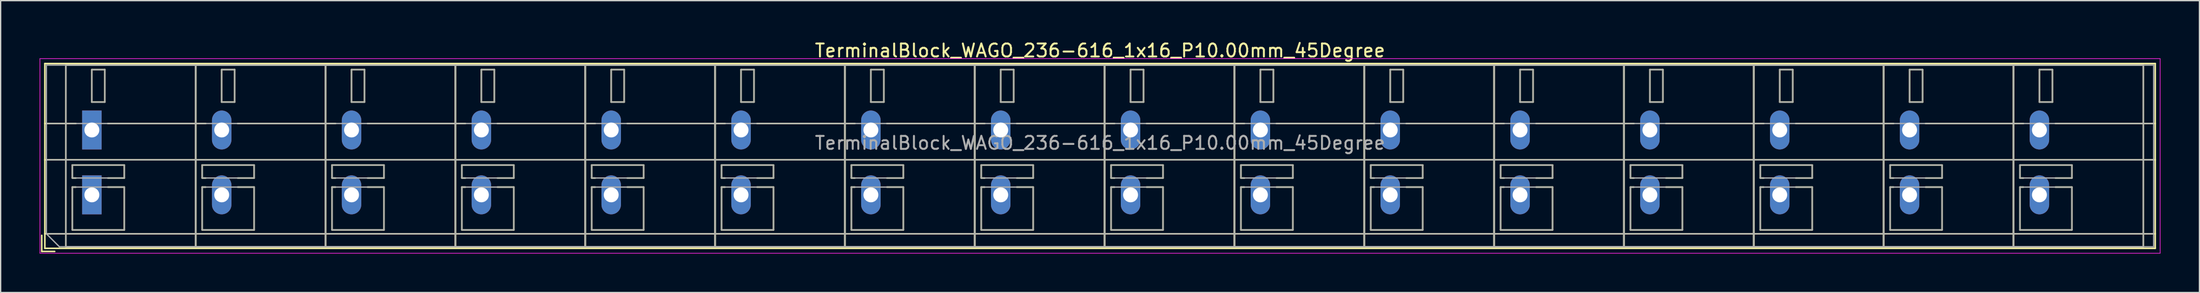
<source format=kicad_pcb>
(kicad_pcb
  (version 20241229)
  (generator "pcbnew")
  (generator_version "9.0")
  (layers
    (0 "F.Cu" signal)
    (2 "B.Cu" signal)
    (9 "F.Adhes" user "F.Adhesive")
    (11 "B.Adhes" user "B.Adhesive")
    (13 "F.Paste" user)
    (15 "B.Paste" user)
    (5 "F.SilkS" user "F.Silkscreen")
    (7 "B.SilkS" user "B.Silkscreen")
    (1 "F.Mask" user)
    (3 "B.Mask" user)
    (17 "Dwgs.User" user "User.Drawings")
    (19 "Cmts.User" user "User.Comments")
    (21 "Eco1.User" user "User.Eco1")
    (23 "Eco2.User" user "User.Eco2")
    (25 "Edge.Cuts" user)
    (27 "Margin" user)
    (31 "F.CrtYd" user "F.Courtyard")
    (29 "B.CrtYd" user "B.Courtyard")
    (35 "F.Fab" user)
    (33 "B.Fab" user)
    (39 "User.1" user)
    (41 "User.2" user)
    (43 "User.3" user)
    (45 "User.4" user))
  (footprint "TerminalBlock_WAGO_236-616_1x16_P10.00mm_45Degree"
    (layer "F.Cu")
    (at 4.025 6.968)
    (property "Reference" "TerminalBlock_WAGO_236-616_1x16_P10.00mm_45Degree" (at 77.65 -6.12 0) (layer "F.SilkS") (effects (font (size 1 1) (thickness 0.15))))
    (attr through_hole)
    (fp_line (start -3.86 8.12) (end -3.86 9.36) (stroke (width 0.12) (type solid)) (layer "F.SilkS"))
    (fp_line (start -3.86 9.36) (end -2.86 9.36) (stroke (width 0.12) (type solid)) (layer "F.SilkS"))
    (fp_line (start -3.62 -5.12) (end -3.62 9.12) (stroke (width 0.12) (type solid)) (layer "F.SilkS"))
    (fp_line (start -3.62 -5.12) (end 158.92 -5.12) (stroke (width 0.12) (type solid)) (layer "F.SilkS"))
    (fp_line (start -3.62 -0.5) (end -1.23 -0.5) (stroke (width 0.12) (type solid)) (layer "F.SilkS"))
    (fp_line (start -3.62 2.3) (end 158.92 2.3) (stroke (width 0.12) (type solid)) (layer "F.SilkS"))
    (fp_line (start -3.62 8) (end 158.92 8) (stroke (width 0.12) (type solid)) (layer "F.SilkS"))
    (fp_line (start -3.62 9.12) (end 158.92 9.12) (stroke (width 0.12) (type solid)) (layer "F.SilkS"))
    (fp_line (start -2 -5) (end -2 9) (stroke (width 0.12) (type solid)) (layer "F.SilkS"))
    (fp_line (start -2 -5) (end 8 -5) (stroke (width 0.12) (type solid)) (layer "F.SilkS"))
    (fp_line (start -2 9) (end 8 9) (stroke (width 0.12) (type solid)) (layer "F.SilkS"))
    (fp_line (start -1.5 2.7) (end -1.5 3.7) (stroke (width 0.12) (type solid)) (layer "F.SilkS"))
    (fp_line (start -1.5 2.7) (end 2.5 2.7) (stroke (width 0.12) (type solid)) (layer "F.SilkS"))
    (fp_line (start -1.5 3.7) (end -1.23 3.7) (stroke (width 0.12) (type solid)) (layer "F.SilkS"))
    (fp_line (start -1.5 4.4) (end -1.5 7.7) (stroke (width 0.12) (type solid)) (layer "F.SilkS"))
    (fp_line (start -1.5 4.4) (end -1.23 4.4) (stroke (width 0.12) (type solid)) (layer "F.SilkS"))
    (fp_line (start -1.5 7.7) (end 2.5 7.7) (stroke (width 0.12) (type solid)) (layer "F.SilkS"))
    (fp_line (start 0 -4.65) (end 0 -2.151) (stroke (width 0.12) (type solid)) (layer "F.SilkS"))
    (fp_line (start 0 -4.65) (end 1 -4.65) (stroke (width 0.12) (type solid)) (layer "F.SilkS"))
    (fp_line (start 0 -2.151) (end 1 -2.151) (stroke (width 0.12) (type solid)) (layer "F.SilkS"))
    (fp_line (start 1 -4.65) (end 1 -2.151) (stroke (width 0.12) (type solid)) (layer "F.SilkS"))
    (fp_line (start 1.23 -0.5) (end 8.77 -0.5) (stroke (width 0.12) (type solid)) (layer "F.SilkS"))
    (fp_line (start 1.23 3.7) (end 2.5 3.7) (stroke (width 0.12) (type solid)) (layer "F.SilkS"))
    (fp_line (start 1.23 4.4) (end 2.5 4.4) (stroke (width 0.12) (type solid)) (layer "F.SilkS"))
    (fp_line (start 2.5 2.7) (end 2.5 3.7) (stroke (width 0.12) (type solid)) (layer "F.SilkS"))
    (fp_line (start 2.5 4.4) (end 2.5 7.7) (stroke (width 0.12) (type solid)) (layer "F.SilkS"))
    (fp_line (start 8 -5) (end 8 9) (stroke (width 0.12) (type solid)) (layer "F.SilkS"))
    (fp_line (start 8 -5) (end 8 9) (stroke (width 0.12) (type solid)) (layer "F.SilkS"))
    (fp_line (start 8 -5) (end 18 -5) (stroke (width 0.12) (type solid)) (layer "F.SilkS"))
    (fp_line (start 8 9) (end 18 9) (stroke (width 0.12) (type solid)) (layer "F.SilkS"))
    (fp_line (start 8.5 2.7) (end 8.5 3.7) (stroke (width 0.12) (type solid)) (layer "F.SilkS"))
    (fp_line (start 8.5 2.7) (end 12.5 2.7) (stroke (width 0.12) (type solid)) (layer "F.SilkS"))
    (fp_line (start 8.5 3.7) (end 8.77 3.7) (stroke (width 0.12) (type solid)) (layer "F.SilkS"))
    (fp_line (start 8.5 4.4) (end 8.5 7.7) (stroke (width 0.12) (type solid)) (layer "F.SilkS"))
    (fp_line (start 8.5 4.4) (end 8.77 4.4) (stroke (width 0.12) (type solid)) (layer "F.SilkS"))
    (fp_line (start 8.5 7.7) (end 12.5 7.7) (stroke (width 0.12) (type solid)) (layer "F.SilkS"))
    (fp_line (start 10 -4.65) (end 10 -2.151) (stroke (width 0.12) (type solid)) (layer "F.SilkS"))
    (fp_line (start 10 -4.65) (end 11 -4.65) (stroke (width 0.12) (type solid)) (layer "F.SilkS"))
    (fp_line (start 10 -2.151) (end 11 -2.151) (stroke (width 0.12) (type solid)) (layer "F.SilkS"))
    (fp_line (start 11 -4.65) (end 11 -2.151) (stroke (width 0.12) (type solid)) (layer "F.SilkS"))
    (fp_line (start 11.23 -0.5) (end 18.77 -0.5) (stroke (width 0.12) (type solid)) (layer "F.SilkS"))
    (fp_line (start 11.23 3.7) (end 12.5 3.7) (stroke (width 0.12) (type solid)) (layer "F.SilkS"))
    (fp_line (start 11.23 4.4) (end 12.5 4.4) (stroke (width 0.12) (type solid)) (layer "F.SilkS"))
    (fp_line (start 12.5 2.7) (end 12.5 3.7) (stroke (width 0.12) (type solid)) (layer "F.SilkS"))
    (fp_line (start 12.5 4.4) (end 12.5 7.7) (stroke (width 0.12) (type solid)) (layer "F.SilkS"))
    (fp_line (start 18 -5) (end 18 9) (stroke (width 0.12) (type solid)) (layer "F.SilkS"))
    (fp_line (start 18 -5) (end 18 9) (stroke (width 0.12) (type solid)) (layer "F.SilkS"))
    (fp_line (start 18 -5) (end 28 -5) (stroke (width 0.12) (type solid)) (layer "F.SilkS"))
    (fp_line (start 18 9) (end 28 9) (stroke (width 0.12) (type solid)) (layer "F.SilkS"))
    (fp_line (start 18.5 2.7) (end 18.5 3.7) (stroke (width 0.12) (type solid)) (layer "F.SilkS"))
    (fp_line (start 18.5 2.7) (end 22.5 2.7) (stroke (width 0.12) (type solid)) (layer "F.SilkS"))
    (fp_line (start 18.5 3.7) (end 18.77 3.7) (stroke (width 0.12) (type solid)) (layer "F.SilkS"))
    (fp_line (start 18.5 4.4) (end 18.5 7.7) (stroke (width 0.12) (type solid)) (layer "F.SilkS"))
    (fp_line (start 18.5 4.4) (end 18.77 4.4) (stroke (width 0.12) (type solid)) (layer "F.SilkS"))
    (fp_line (start 18.5 7.7) (end 22.5 7.7) (stroke (width 0.12) (type solid)) (layer "F.SilkS"))
    (fp_line (start 20 -4.65) (end 20 -2.151) (stroke (width 0.12) (type solid)) (layer "F.SilkS"))
    (fp_line (start 20 -4.65) (end 21 -4.65) (stroke (width 0.12) (type solid)) (layer "F.SilkS"))
    (fp_line (start 20 -2.151) (end 21 -2.151) (stroke (width 0.12) (type solid)) (layer "F.SilkS"))
    (fp_line (start 21 -4.65) (end 21 -2.151) (stroke (width 0.12) (type solid)) (layer "F.SilkS"))
    (fp_line (start 21.23 -0.5) (end 28.77 -0.5) (stroke (width 0.12) (type solid)) (layer "F.SilkS"))
    (fp_line (start 21.23 3.7) (end 22.5 3.7) (stroke (width 0.12) (type solid)) (layer "F.SilkS"))
    (fp_line (start 21.23 4.4) (end 22.5 4.4) (stroke (width 0.12) (type solid)) (layer "F.SilkS"))
    (fp_line (start 22.5 2.7) (end 22.5 3.7) (stroke (width 0.12) (type solid)) (layer "F.SilkS"))
    (fp_line (start 22.5 4.4) (end 22.5 7.7) (stroke (width 0.12) (type solid)) (layer "F.SilkS"))
    (fp_line (start 28 -5) (end 28 9) (stroke (width 0.12) (type solid)) (layer "F.SilkS"))
    (fp_line (start 28 -5) (end 28 9) (stroke (width 0.12) (type solid)) (layer "F.SilkS"))
    (fp_line (start 28 -5) (end 38 -5) (stroke (width 0.12) (type solid)) (layer "F.SilkS"))
    (fp_line (start 28 9) (end 38 9) (stroke (width 0.12) (type solid)) (layer "F.SilkS"))
    (fp_line (start 28.5 2.7) (end 28.5 3.7) (stroke (width 0.12) (type solid)) (layer "F.SilkS"))
    (fp_line (start 28.5 2.7) (end 32.5 2.7) (stroke (width 0.12) (type solid)) (layer "F.SilkS"))
    (fp_line (start 28.5 3.7) (end 28.77 3.7) (stroke (width 0.12) (type solid)) (layer "F.SilkS"))
    (fp_line (start 28.5 4.4) (end 28.5 7.7) (stroke (width 0.12) (type solid)) (layer "F.SilkS"))
    (fp_line (start 28.5 4.4) (end 28.77 4.4) (stroke (width 0.12) (type solid)) (layer "F.SilkS"))
    (fp_line (start 28.5 7.7) (end 32.5 7.7) (stroke (width 0.12) (type solid)) (layer "F.SilkS"))
    (fp_line (start 30 -4.65) (end 30 -2.151) (stroke (width 0.12) (type solid)) (layer "F.SilkS"))
    (fp_line (start 30 -4.65) (end 31 -4.65) (stroke (width 0.12) (type solid)) (layer "F.SilkS"))
    (fp_line (start 30 -2.151) (end 31 -2.151) (stroke (width 0.12) (type solid)) (layer "F.SilkS"))
    (fp_line (start 31 -4.65) (end 31 -2.151) (stroke (width 0.12) (type solid)) (layer "F.SilkS"))
    (fp_line (start 31.23 -0.5) (end 38.77 -0.5) (stroke (width 0.12) (type solid)) (layer "F.SilkS"))
    (fp_line (start 31.23 3.7) (end 32.5 3.7) (stroke (width 0.12) (type solid)) (layer "F.SilkS"))
    (fp_line (start 31.23 4.4) (end 32.5 4.4) (stroke (width 0.12) (type solid)) (layer "F.SilkS"))
    (fp_line (start 32.5 2.7) (end 32.5 3.7) (stroke (width 0.12) (type solid)) (layer "F.SilkS"))
    (fp_line (start 32.5 4.4) (end 32.5 7.7) (stroke (width 0.12) (type solid)) (layer "F.SilkS"))
    (fp_line (start 38 -5) (end 38 9) (stroke (width 0.12) (type solid)) (layer "F.SilkS"))
    (fp_line (start 38 -5) (end 38 9) (stroke (width 0.12) (type solid)) (layer "F.SilkS"))
    (fp_line (start 38 -5) (end 48 -5) (stroke (width 0.12) (type solid)) (layer "F.SilkS"))
    (fp_line (start 38 9) (end 48 9) (stroke (width 0.12) (type solid)) (layer "F.SilkS"))
    (fp_line (start 38.5 2.7) (end 38.5 3.7) (stroke (width 0.12) (type solid)) (layer "F.SilkS"))
    (fp_line (start 38.5 2.7) (end 42.5 2.7) (stroke (width 0.12) (type solid)) (layer "F.SilkS"))
    (fp_line (start 38.5 3.7) (end 38.77 3.7) (stroke (width 0.12) (type solid)) (layer "F.SilkS"))
    (fp_line (start 38.5 4.4) (end 38.5 7.7) (stroke (width 0.12) (type solid)) (layer "F.SilkS"))
    (fp_line (start 38.5 4.4) (end 38.77 4.4) (stroke (width 0.12) (type solid)) (layer "F.SilkS"))
    (fp_line (start 38.5 7.7) (end 42.5 7.7) (stroke (width 0.12) (type solid)) (layer "F.SilkS"))
    (fp_line (start 40 -4.65) (end 40 -2.151) (stroke (width 0.12) (type solid)) (layer "F.SilkS"))
    (fp_line (start 40 -4.65) (end 41 -4.65) (stroke (width 0.12) (type solid)) (layer "F.SilkS"))
    (fp_line (start 40 -2.151) (end 41 -2.151) (stroke (width 0.12) (type solid)) (layer "F.SilkS"))
    (fp_line (start 41 -4.65) (end 41 -2.151) (stroke (width 0.12) (type solid)) (layer "F.SilkS"))
    (fp_line (start 41.23 -0.5) (end 48.77 -0.5) (stroke (width 0.12) (type solid)) (layer "F.SilkS"))
    (fp_line (start 41.23 3.7) (end 42.5 3.7) (stroke (width 0.12) (type solid)) (layer "F.SilkS"))
    (fp_line (start 41.23 4.4) (end 42.5 4.4) (stroke (width 0.12) (type solid)) (layer "F.SilkS"))
    (fp_line (start 42.5 2.7) (end 42.5 3.7) (stroke (width 0.12) (type solid)) (layer "F.SilkS"))
    (fp_line (start 42.5 4.4) (end 42.5 7.7) (stroke (width 0.12) (type solid)) (layer "F.SilkS"))
    (fp_line (start 48 -5) (end 48 9) (stroke (width 0.12) (type solid)) (layer "F.SilkS"))
    (fp_line (start 48 -5) (end 48 9) (stroke (width 0.12) (type solid)) (layer "F.SilkS"))
    (fp_line (start 48 -5) (end 58 -5) (stroke (width 0.12) (type solid)) (layer "F.SilkS"))
    (fp_line (start 48 9) (end 58 9) (stroke (width 0.12) (type solid)) (layer "F.SilkS"))
    (fp_line (start 48.5 2.7) (end 48.5 3.7) (stroke (width 0.12) (type solid)) (layer "F.SilkS"))
    (fp_line (start 48.5 2.7) (end 52.5 2.7) (stroke (width 0.12) (type solid)) (layer "F.SilkS"))
    (fp_line (start 48.5 3.7) (end 48.77 3.7) (stroke (width 0.12) (type solid)) (layer "F.SilkS"))
    (fp_line (start 48.5 4.4) (end 48.5 7.7) (stroke (width 0.12) (type solid)) (layer "F.SilkS"))
    (fp_line (start 48.5 4.4) (end 48.77 4.4) (stroke (width 0.12) (type solid)) (layer "F.SilkS"))
    (fp_line (start 48.5 7.7) (end 52.5 7.7) (stroke (width 0.12) (type solid)) (layer "F.SilkS"))
    (fp_line (start 50 -4.65) (end 50 -2.151) (stroke (width 0.12) (type solid)) (layer "F.SilkS"))
    (fp_line (start 50 -4.65) (end 51 -4.65) (stroke (width 0.12) (type solid)) (layer "F.SilkS"))
    (fp_line (start 50 -2.151) (end 51 -2.151) (stroke (width 0.12) (type solid)) (layer "F.SilkS"))
    (fp_line (start 51 -4.65) (end 51 -2.151) (stroke (width 0.12) (type solid)) (layer "F.SilkS"))
    (fp_line (start 51.23 -0.5) (end 58.77 -0.5) (stroke (width 0.12) (type solid)) (layer "F.SilkS"))
    (fp_line (start 51.23 3.7) (end 52.5 3.7) (stroke (width 0.12) (type solid)) (layer "F.SilkS"))
    (fp_line (start 51.23 4.4) (end 52.5 4.4) (stroke (width 0.12) (type solid)) (layer "F.SilkS"))
    (fp_line (start 52.5 2.7) (end 52.5 3.7) (stroke (width 0.12) (type solid)) (layer "F.SilkS"))
    (fp_line (start 52.5 4.4) (end 52.5 7.7) (stroke (width 0.12) (type solid)) (layer "F.SilkS"))
    (fp_line (start 58 -5) (end 58 9) (stroke (width 0.12) (type solid)) (layer "F.SilkS"))
    (fp_line (start 58 -5) (end 58 9) (stroke (width 0.12) (type solid)) (layer "F.SilkS"))
    (fp_line (start 58 -5) (end 68 -5) (stroke (width 0.12) (type solid)) (layer "F.SilkS"))
    (fp_line (start 58 9) (end 68 9) (stroke (width 0.12) (type solid)) (layer "F.SilkS"))
    (fp_line (start 58.5 2.7) (end 58.5 3.7) (stroke (width 0.12) (type solid)) (layer "F.SilkS"))
    (fp_line (start 58.5 2.7) (end 62.5 2.7) (stroke (width 0.12) (type solid)) (layer "F.SilkS"))
    (fp_line (start 58.5 3.7) (end 58.77 3.7) (stroke (width 0.12) (type solid)) (layer "F.SilkS"))
    (fp_line (start 58.5 4.4) (end 58.5 7.7) (stroke (width 0.12) (type solid)) (layer "F.SilkS"))
    (fp_line (start 58.5 4.4) (end 58.77 4.4) (stroke (width 0.12) (type solid)) (layer "F.SilkS"))
    (fp_line (start 58.5 7.7) (end 62.5 7.7) (stroke (width 0.12) (type solid)) (layer "F.SilkS"))
    (fp_line (start 60 -4.65) (end 60 -2.151) (stroke (width 0.12) (type solid)) (layer "F.SilkS"))
    (fp_line (start 60 -4.65) (end 61 -4.65) (stroke (width 0.12) (type solid)) (layer "F.SilkS"))
    (fp_line (start 60 -2.151) (end 61 -2.151) (stroke (width 0.12) (type solid)) (layer "F.SilkS"))
    (fp_line (start 61 -4.65) (end 61 -2.151) (stroke (width 0.12) (type solid)) (layer "F.SilkS"))
    (fp_line (start 61.23 -0.5) (end 68.77 -0.5) (stroke (width 0.12) (type solid)) (layer "F.SilkS"))
    (fp_line (start 61.23 3.7) (end 62.5 3.7) (stroke (width 0.12) (type solid)) (layer "F.SilkS"))
    (fp_line (start 61.23 4.4) (end 62.5 4.4) (stroke (width 0.12) (type solid)) (layer "F.SilkS"))
    (fp_line (start 62.5 2.7) (end 62.5 3.7) (stroke (width 0.12) (type solid)) (layer "F.SilkS"))
    (fp_line (start 62.5 4.4) (end 62.5 7.7) (stroke (width 0.12) (type solid)) (layer "F.SilkS"))
    (fp_line (start 68 -5) (end 68 9) (stroke (width 0.12) (type solid)) (layer "F.SilkS"))
    (fp_line (start 68 -5) (end 68 9) (stroke (width 0.12) (type solid)) (layer "F.SilkS"))
    (fp_line (start 68 -5) (end 78 -5) (stroke (width 0.12) (type solid)) (layer "F.SilkS"))
    (fp_line (start 68 9) (end 78 9) (stroke (width 0.12) (type solid)) (layer "F.SilkS"))
    (fp_line (start 68.5 2.7) (end 68.5 3.7) (stroke (width 0.12) (type solid)) (layer "F.SilkS"))
    (fp_line (start 68.5 2.7) (end 72.5 2.7) (stroke (width 0.12) (type solid)) (layer "F.SilkS"))
    (fp_line (start 68.5 3.7) (end 68.77 3.7) (stroke (width 0.12) (type solid)) (layer "F.SilkS"))
    (fp_line (start 68.5 4.4) (end 68.5 7.7) (stroke (width 0.12) (type solid)) (layer "F.SilkS"))
    (fp_line (start 68.5 4.4) (end 68.77 4.4) (stroke (width 0.12) (type solid)) (layer "F.SilkS"))
    (fp_line (start 68.5 7.7) (end 72.5 7.7) (stroke (width 0.12) (type solid)) (layer "F.SilkS"))
    (fp_line (start 70 -4.65) (end 70 -2.151) (stroke (width 0.12) (type solid)) (layer "F.SilkS"))
    (fp_line (start 70 -4.65) (end 71 -4.65) (stroke (width 0.12) (type solid)) (layer "F.SilkS"))
    (fp_line (start 70 -2.151) (end 71 -2.151) (stroke (width 0.12) (type solid)) (layer "F.SilkS"))
    (fp_line (start 71 -4.65) (end 71 -2.151) (stroke (width 0.12) (type solid)) (layer "F.SilkS"))
    (fp_line (start 71.23 -0.5) (end 78.77 -0.5) (stroke (width 0.12) (type solid)) (layer "F.SilkS"))
    (fp_line (start 71.23 3.7) (end 72.5 3.7) (stroke (width 0.12) (type solid)) (layer "F.SilkS"))
    (fp_line (start 71.23 4.4) (end 72.5 4.4) (stroke (width 0.12) (type solid)) (layer "F.SilkS"))
    (fp_line (start 72.5 2.7) (end 72.5 3.7) (stroke (width 0.12) (type solid)) (layer "F.SilkS"))
    (fp_line (start 72.5 4.4) (end 72.5 7.7) (stroke (width 0.12) (type solid)) (layer "F.SilkS"))
    (fp_line (start 78 -5) (end 78 9) (stroke (width 0.12) (type solid)) (layer "F.SilkS"))
    (fp_line (start 78 -5) (end 78 9) (stroke (width 0.12) (type solid)) (layer "F.SilkS"))
    (fp_line (start 78 -5) (end 88 -5) (stroke (width 0.12) (type solid)) (layer "F.SilkS"))
    (fp_line (start 78 9) (end 88 9) (stroke (width 0.12) (type solid)) (layer "F.SilkS"))
    (fp_line (start 78.5 2.7) (end 78.5 3.7) (stroke (width 0.12) (type solid)) (layer "F.SilkS"))
    (fp_line (start 78.5 2.7) (end 82.5 2.7) (stroke (width 0.12) (type solid)) (layer "F.SilkS"))
    (fp_line (start 78.5 3.7) (end 78.77 3.7) (stroke (width 0.12) (type solid)) (layer "F.SilkS"))
    (fp_line (start 78.5 4.4) (end 78.5 7.7) (stroke (width 0.12) (type solid)) (layer "F.SilkS"))
    (fp_line (start 78.5 4.4) (end 78.77 4.4) (stroke (width 0.12) (type solid)) (layer "F.SilkS"))
    (fp_line (start 78.5 7.7) (end 82.5 7.7) (stroke (width 0.12) (type solid)) (layer "F.SilkS"))
    (fp_line (start 80 -4.65) (end 80 -2.151) (stroke (width 0.12) (type solid)) (layer "F.SilkS"))
    (fp_line (start 80 -4.65) (end 81 -4.65) (stroke (width 0.12) (type solid)) (layer "F.SilkS"))
    (fp_line (start 80 -2.151) (end 81 -2.151) (stroke (width 0.12) (type solid)) (layer "F.SilkS"))
    (fp_line (start 81 -4.65) (end 81 -2.151) (stroke (width 0.12) (type solid)) (layer "F.SilkS"))
    (fp_line (start 81.23 -0.5) (end 88.77 -0.5) (stroke (width 0.12) (type solid)) (layer "F.SilkS"))
    (fp_line (start 81.23 3.7) (end 82.5 3.7) (stroke (width 0.12) (type solid)) (layer "F.SilkS"))
    (fp_line (start 81.23 4.4) (end 82.5 4.4) (stroke (width 0.12) (type solid)) (layer "F.SilkS"))
    (fp_line (start 82.5 2.7) (end 82.5 3.7) (stroke (width 0.12) (type solid)) (layer "F.SilkS"))
    (fp_line (start 82.5 4.4) (end 82.5 7.7) (stroke (width 0.12) (type solid)) (layer "F.SilkS"))
    (fp_line (start 88 -5) (end 88 9) (stroke (width 0.12) (type solid)) (layer "F.SilkS"))
    (fp_line (start 88 -5) (end 88 9) (stroke (width 0.12) (type solid)) (layer "F.SilkS"))
    (fp_line (start 88 -5) (end 98 -5) (stroke (width 0.12) (type solid)) (layer "F.SilkS"))
    (fp_line (start 88 9) (end 98 9) (stroke (width 0.12) (type solid)) (layer "F.SilkS"))
    (fp_line (start 88.5 2.7) (end 88.5 3.7) (stroke (width 0.12) (type solid)) (layer "F.SilkS"))
    (fp_line (start 88.5 2.7) (end 92.5 2.7) (stroke (width 0.12) (type solid)) (layer "F.SilkS"))
    (fp_line (start 88.5 3.7) (end 88.77 3.7) (stroke (width 0.12) (type solid)) (layer "F.SilkS"))
    (fp_line (start 88.5 4.4) (end 88.5 7.7) (stroke (width 0.12) (type solid)) (layer "F.SilkS"))
    (fp_line (start 88.5 4.4) (end 88.77 4.4) (stroke (width 0.12) (type solid)) (layer "F.SilkS"))
    (fp_line (start 88.5 7.7) (end 92.5 7.7) (stroke (width 0.12) (type solid)) (layer "F.SilkS"))
    (fp_line (start 90 -4.65) (end 90 -2.151) (stroke (width 0.12) (type solid)) (layer "F.SilkS"))
    (fp_line (start 90 -4.65) (end 91 -4.65) (stroke (width 0.12) (type solid)) (layer "F.SilkS"))
    (fp_line (start 90 -2.151) (end 91 -2.151) (stroke (width 0.12) (type solid)) (layer "F.SilkS"))
    (fp_line (start 91 -4.65) (end 91 -2.151) (stroke (width 0.12) (type solid)) (layer "F.SilkS"))
    (fp_line (start 91.23 -0.5) (end 98.77 -0.5) (stroke (width 0.12) (type solid)) (layer "F.SilkS"))
    (fp_line (start 91.23 3.7) (end 92.5 3.7) (stroke (width 0.12) (type solid)) (layer "F.SilkS"))
    (fp_line (start 91.23 4.4) (end 92.5 4.4) (stroke (width 0.12) (type solid)) (layer "F.SilkS"))
    (fp_line (start 92.5 2.7) (end 92.5 3.7) (stroke (width 0.12) (type solid)) (layer "F.SilkS"))
    (fp_line (start 92.5 4.4) (end 92.5 7.7) (stroke (width 0.12) (type solid)) (layer "F.SilkS"))
    (fp_line (start 98 -5) (end 98 9) (stroke (width 0.12) (type solid)) (layer "F.SilkS"))
    (fp_line (start 98 -5) (end 98 9) (stroke (width 0.12) (type solid)) (layer "F.SilkS"))
    (fp_line (start 98 -5) (end 108 -5) (stroke (width 0.12) (type solid)) (layer "F.SilkS"))
    (fp_line (start 98 9) (end 108 9) (stroke (width 0.12) (type solid)) (layer "F.SilkS"))
    (fp_line (start 98.5 2.7) (end 98.5 3.7) (stroke (width 0.12) (type solid)) (layer "F.SilkS"))
    (fp_line (start 98.5 2.7) (end 102.5 2.7) (stroke (width 0.12) (type solid)) (layer "F.SilkS"))
    (fp_line (start 98.5 3.7) (end 98.77 3.7) (stroke (width 0.12) (type solid)) (layer "F.SilkS"))
    (fp_line (start 98.5 4.4) (end 98.5 7.7) (stroke (width 0.12) (type solid)) (layer "F.SilkS"))
    (fp_line (start 98.5 4.4) (end 98.77 4.4) (stroke (width 0.12) (type solid)) (layer "F.SilkS"))
    (fp_line (start 98.5 7.7) (end 102.5 7.7) (stroke (width 0.12) (type solid)) (layer "F.SilkS"))
    (fp_line (start 100 -4.65) (end 100 -2.151) (stroke (width 0.12) (type solid)) (layer "F.SilkS"))
    (fp_line (start 100 -4.65) (end 101 -4.65) (stroke (width 0.12) (type solid)) (layer "F.SilkS"))
    (fp_line (start 100 -2.151) (end 101 -2.151) (stroke (width 0.12) (type solid)) (layer "F.SilkS"))
    (fp_line (start 101 -4.65) (end 101 -2.151) (stroke (width 0.12) (type solid)) (layer "F.SilkS"))
    (fp_line (start 101.23 -0.5) (end 108.77 -0.5) (stroke (width 0.12) (type solid)) (layer "F.SilkS"))
    (fp_line (start 101.23 3.7) (end 102.5 3.7) (stroke (width 0.12) (type solid)) (layer "F.SilkS"))
    (fp_line (start 101.23 4.4) (end 102.5 4.4) (stroke (width 0.12) (type solid)) (layer "F.SilkS"))
    (fp_line (start 102.5 2.7) (end 102.5 3.7) (stroke (width 0.12) (type solid)) (layer "F.SilkS"))
    (fp_line (start 102.5 4.4) (end 102.5 7.7) (stroke (width 0.12) (type solid)) (layer "F.SilkS"))
    (fp_line (start 108 -5) (end 108 9) (stroke (width 0.12) (type solid)) (layer "F.SilkS"))
    (fp_line (start 108 -5) (end 108 9) (stroke (width 0.12) (type solid)) (layer "F.SilkS"))
    (fp_line (start 108 -5) (end 118 -5) (stroke (width 0.12) (type solid)) (layer "F.SilkS"))
    (fp_line (start 108 9) (end 118 9) (stroke (width 0.12) (type solid)) (layer "F.SilkS"))
    (fp_line (start 108.5 2.7) (end 108.5 3.7) (stroke (width 0.12) (type solid)) (layer "F.SilkS"))
    (fp_line (start 108.5 2.7) (end 112.5 2.7) (stroke (width 0.12) (type solid)) (layer "F.SilkS"))
    (fp_line (start 108.5 3.7) (end 108.77 3.7) (stroke (width 0.12) (type solid)) (layer "F.SilkS"))
    (fp_line (start 108.5 4.4) (end 108.5 7.7) (stroke (width 0.12) (type solid)) (layer "F.SilkS"))
    (fp_line (start 108.5 4.4) (end 108.77 4.4) (stroke (width 0.12) (type solid)) (layer "F.SilkS"))
    (fp_line (start 108.5 7.7) (end 112.5 7.7) (stroke (width 0.12) (type solid)) (layer "F.SilkS"))
    (fp_line (start 110 -4.65) (end 110 -2.151) (stroke (width 0.12) (type solid)) (layer "F.SilkS"))
    (fp_line (start 110 -4.65) (end 111 -4.65) (stroke (width 0.12) (type solid)) (layer "F.SilkS"))
    (fp_line (start 110 -2.151) (end 111 -2.151) (stroke (width 0.12) (type solid)) (layer "F.SilkS"))
    (fp_line (start 111 -4.65) (end 111 -2.151) (stroke (width 0.12) (type solid)) (layer "F.SilkS"))
    (fp_line (start 111.23 -0.5) (end 118.77 -0.5) (stroke (width 0.12) (type solid)) (layer "F.SilkS"))
    (fp_line (start 111.23 3.7) (end 112.5 3.7) (stroke (width 0.12) (type solid)) (layer "F.SilkS"))
    (fp_line (start 111.23 4.4) (end 112.5 4.4) (stroke (width 0.12) (type solid)) (layer "F.SilkS"))
    (fp_line (start 112.5 2.7) (end 112.5 3.7) (stroke (width 0.12) (type solid)) (layer "F.SilkS"))
    (fp_line (start 112.5 4.4) (end 112.5 7.7) (stroke (width 0.12) (type solid)) (layer "F.SilkS"))
    (fp_line (start 118 -5) (end 118 9) (stroke (width 0.12) (type solid)) (layer "F.SilkS"))
    (fp_line (start 118 -5) (end 118 9) (stroke (width 0.12) (type solid)) (layer "F.SilkS"))
    (fp_line (start 118 -5) (end 128 -5) (stroke (width 0.12) (type solid)) (layer "F.SilkS"))
    (fp_line (start 118 9) (end 128 9) (stroke (width 0.12) (type solid)) (layer "F.SilkS"))
    (fp_line (start 118.5 2.7) (end 118.5 3.7) (stroke (width 0.12) (type solid)) (layer "F.SilkS"))
    (fp_line (start 118.5 2.7) (end 122.5 2.7) (stroke (width 0.12) (type solid)) (layer "F.SilkS"))
    (fp_line (start 118.5 3.7) (end 118.77 3.7) (stroke (width 0.12) (type solid)) (layer "F.SilkS"))
    (fp_line (start 118.5 4.4) (end 118.5 7.7) (stroke (width 0.12) (type solid)) (layer "F.SilkS"))
    (fp_line (start 118.5 4.4) (end 118.77 4.4) (stroke (width 0.12) (type solid)) (layer "F.SilkS"))
    (fp_line (start 118.5 7.7) (end 122.5 7.7) (stroke (width 0.12) (type solid)) (layer "F.SilkS"))
    (fp_line (start 120 -4.65) (end 120 -2.151) (stroke (width 0.12) (type solid)) (layer "F.SilkS"))
    (fp_line (start 120 -4.65) (end 121 -4.65) (stroke (width 0.12) (type solid)) (layer "F.SilkS"))
    (fp_line (start 120 -2.151) (end 121 -2.151) (stroke (width 0.12) (type solid)) (layer "F.SilkS"))
    (fp_line (start 121 -4.65) (end 121 -2.151) (stroke (width 0.12) (type solid)) (layer "F.SilkS"))
    (fp_line (start 121.23 -0.5) (end 128.771 -0.5) (stroke (width 0.12) (type solid)) (layer "F.SilkS"))
    (fp_line (start 121.23 3.7) (end 122.5 3.7) (stroke (width 0.12) (type solid)) (layer "F.SilkS"))
    (fp_line (start 121.23 4.4) (end 122.5 4.4) (stroke (width 0.12) (type solid)) (layer "F.SilkS"))
    (fp_line (start 122.5 2.7) (end 122.5 3.7) (stroke (width 0.12) (type solid)) (layer "F.SilkS"))
    (fp_line (start 122.5 4.4) (end 122.5 7.7) (stroke (width 0.12) (type solid)) (layer "F.SilkS"))
    (fp_line (start 128 -5) (end 128 9) (stroke (width 0.12) (type solid)) (layer "F.SilkS"))
    (fp_line (start 128 -5) (end 128 9) (stroke (width 0.12) (type solid)) (layer "F.SilkS"))
    (fp_line (start 128 -5) (end 138 -5) (stroke (width 0.12) (type solid)) (layer "F.SilkS"))
    (fp_line (start 128 9) (end 138 9) (stroke (width 0.12) (type solid)) (layer "F.SilkS"))
    (fp_line (start 128.5 2.7) (end 128.5 3.7) (stroke (width 0.12) (type solid)) (layer "F.SilkS"))
    (fp_line (start 128.5 2.7) (end 132.5 2.7) (stroke (width 0.12) (type solid)) (layer "F.SilkS"))
    (fp_line (start 128.5 3.7) (end 128.771 3.7) (stroke (width 0.12) (type solid)) (layer "F.SilkS"))
    (fp_line (start 128.5 4.4) (end 128.5 7.7) (stroke (width 0.12) (type solid)) (layer "F.SilkS"))
    (fp_line (start 128.5 4.4) (end 128.771 4.4) (stroke (width 0.12) (type solid)) (layer "F.SilkS"))
    (fp_line (start 128.5 7.7) (end 132.5 7.7) (stroke (width 0.12) (type solid)) (layer "F.SilkS"))
    (fp_line (start 130 -4.65) (end 130 -2.151) (stroke (width 0.12) (type solid)) (layer "F.SilkS"))
    (fp_line (start 130 -4.65) (end 131 -4.65) (stroke (width 0.12) (type solid)) (layer "F.SilkS"))
    (fp_line (start 130 -2.151) (end 131 -2.151) (stroke (width 0.12) (type solid)) (layer "F.SilkS"))
    (fp_line (start 131 -4.65) (end 131 -2.151) (stroke (width 0.12) (type solid)) (layer "F.SilkS"))
    (fp_line (start 131.23 -0.5) (end 138.77 -0.5) (stroke (width 0.12) (type solid)) (layer "F.SilkS"))
    (fp_line (start 131.23 3.7) (end 132.5 3.7) (stroke (width 0.12) (type solid)) (layer "F.SilkS"))
    (fp_line (start 131.23 4.4) (end 132.5 4.4) (stroke (width 0.12) (type solid)) (layer "F.SilkS"))
    (fp_line (start 132.5 2.7) (end 132.5 3.7) (stroke (width 0.12) (type solid)) (layer "F.SilkS"))
    (fp_line (start 132.5 4.4) (end 132.5 7.7) (stroke (width 0.12) (type solid)) (layer "F.SilkS"))
    (fp_line (start 138 -5) (end 138 9) (stroke (width 0.12) (type solid)) (layer "F.SilkS"))
    (fp_line (start 138 -5) (end 138 9) (stroke (width 0.12) (type solid)) (layer "F.SilkS"))
    (fp_line (start 138 -5) (end 148 -5) (stroke (width 0.12) (type solid)) (layer "F.SilkS"))
    (fp_line (start 138 9) (end 148 9) (stroke (width 0.12) (type solid)) (layer "F.SilkS"))
    (fp_line (start 138.5 2.7) (end 138.5 3.7) (stroke (width 0.12) (type solid)) (layer "F.SilkS"))
    (fp_line (start 138.5 2.7) (end 142.5 2.7) (stroke (width 0.12) (type solid)) (layer "F.SilkS"))
    (fp_line (start 138.5 3.7) (end 138.77 3.7) (stroke (width 0.12) (type solid)) (layer "F.SilkS"))
    (fp_line (start 138.5 4.4) (end 138.5 7.7) (stroke (width 0.12) (type solid)) (layer "F.SilkS"))
    (fp_line (start 138.5 4.4) (end 138.77 4.4) (stroke (width 0.12) (type solid)) (layer "F.SilkS"))
    (fp_line (start 138.5 7.7) (end 142.5 7.7) (stroke (width 0.12) (type solid)) (layer "F.SilkS"))
    (fp_line (start 140 -4.65) (end 140 -2.151) (stroke (width 0.12) (type solid)) (layer "F.SilkS"))
    (fp_line (start 140 -4.65) (end 141 -4.65) (stroke (width 0.12) (type solid)) (layer "F.SilkS"))
    (fp_line (start 140 -2.151) (end 141 -2.151) (stroke (width 0.12) (type solid)) (layer "F.SilkS"))
    (fp_line (start 141 -4.65) (end 141 -2.151) (stroke (width 0.12) (type solid)) (layer "F.SilkS"))
    (fp_line (start 141.23 -0.5) (end 148.77 -0.5) (stroke (width 0.12) (type solid)) (layer "F.SilkS"))
    (fp_line (start 141.23 3.7) (end 142.5 3.7) (stroke (width 0.12) (type solid)) (layer "F.SilkS"))
    (fp_line (start 141.23 4.4) (end 142.5 4.4) (stroke (width 0.12) (type solid)) (layer "F.SilkS"))
    (fp_line (start 142.5 2.7) (end 142.5 3.7) (stroke (width 0.12) (type solid)) (layer "F.SilkS"))
    (fp_line (start 142.5 4.4) (end 142.5 7.7) (stroke (width 0.12) (type solid)) (layer "F.SilkS"))
    (fp_line (start 148 -5) (end 148 9) (stroke (width 0.12) (type solid)) (layer "F.SilkS"))
    (fp_line (start 148 -5) (end 148 9) (stroke (width 0.12) (type solid)) (layer "F.SilkS"))
    (fp_line (start 148 -5) (end 158 -5) (stroke (width 0.12) (type solid)) (layer "F.SilkS"))
    (fp_line (start 148 9) (end 158 9) (stroke (width 0.12) (type solid)) (layer "F.SilkS"))
    (fp_line (start 148.5 2.7) (end 148.5 3.7) (stroke (width 0.12) (type solid)) (layer "F.SilkS"))
    (fp_line (start 148.5 2.7) (end 152.5 2.7) (stroke (width 0.12) (type solid)) (layer "F.SilkS"))
    (fp_line (start 148.5 3.7) (end 148.77 3.7) (stroke (width 0.12) (type solid)) (layer "F.SilkS"))
    (fp_line (start 148.5 4.4) (end 148.5 7.7) (stroke (width 0.12) (type solid)) (layer "F.SilkS"))
    (fp_line (start 148.5 4.4) (end 148.77 4.4) (stroke (width 0.12) (type solid)) (layer "F.SilkS"))
    (fp_line (start 148.5 7.7) (end 152.5 7.7) (stroke (width 0.12) (type solid)) (layer "F.SilkS"))
    (fp_line (start 150 -4.65) (end 150 -2.151) (stroke (width 0.12) (type solid)) (layer "F.SilkS"))
    (fp_line (start 150 -4.65) (end 151 -4.65) (stroke (width 0.12) (type solid)) (layer "F.SilkS"))
    (fp_line (start 150 -2.151) (end 151 -2.151) (stroke (width 0.12) (type solid)) (layer "F.SilkS"))
    (fp_line (start 151 -4.65) (end 151 -2.151) (stroke (width 0.12) (type solid)) (layer "F.SilkS"))
    (fp_line (start 151.23 -0.5) (end 158.92 -0.5) (stroke (width 0.12) (type solid)) (layer "F.SilkS"))
    (fp_line (start 151.23 3.7) (end 152.5 3.7) (stroke (width 0.12) (type solid)) (layer "F.SilkS"))
    (fp_line (start 151.23 4.4) (end 152.5 4.4) (stroke (width 0.12) (type solid)) (layer "F.SilkS"))
    (fp_line (start 152.5 2.7) (end 152.5 3.7) (stroke (width 0.12) (type solid)) (layer "F.SilkS"))
    (fp_line (start 152.5 4.4) (end 152.5 7.7) (stroke (width 0.12) (type solid)) (layer "F.SilkS"))
    (fp_line (start 158 -5) (end 158 9) (stroke (width 0.12) (type solid)) (layer "F.SilkS"))
    (fp_line (start 158.92 -5.12) (end 158.92 9.12) (stroke (width 0.12) (type solid)) (layer "F.SilkS"))
    (fp_line (start -4 -5.5) (end -4 9.5) (stroke (width 0.05) (type solid)) (layer "F.CrtYd"))
    (fp_line (start -4 9.5) (end 159.3 9.5) (stroke (width 0.05) (type solid)) (layer "F.CrtYd"))
    (fp_line (start 159.3 -5.5) (end -4 -5.5) (stroke (width 0.05) (type solid)) (layer "F.CrtYd"))
    (fp_line (start 159.3 9.5) (end 159.3 -5.5) (stroke (width 0.05) (type solid)) (layer "F.CrtYd"))
    (fp_line (start -3.5 -5) (end 158.8 -5) (stroke (width 0.1) (type solid)) (layer "F.Fab"))
    (fp_line (start -3.5 -0.5) (end 158.8 -0.5) (stroke (width 0.1) (type solid)) (layer "F.Fab"))
    (fp_line (start -3.5 2.3) (end 158.8 2.3) (stroke (width 0.1) (type solid)) (layer "F.Fab"))
    (fp_line (start -3.5 8) (end -3.5 -5) (stroke (width 0.1) (type solid)) (layer "F.Fab"))
    (fp_line (start -3.5 8) (end 158.8 8) (stroke (width 0.1) (type solid)) (layer "F.Fab"))
    (fp_line (start -2.5 9) (end -3.5 8) (stroke (width 0.1) (type solid)) (layer "F.Fab"))
    (fp_line (start -2 -5) (end -2 9) (stroke (width 0.1) (type solid)) (layer "F.Fab"))
    (fp_line (start -2 9) (end 8 9) (stroke (width 0.1) (type solid)) (layer "F.Fab"))
    (fp_line (start -1.5 2.7) (end -1.5 3.7) (stroke (width 0.1) (type solid)) (layer "F.Fab"))
    (fp_line (start -1.5 3.7) (end 2.5 3.7) (stroke (width 0.1) (type solid)) (layer "F.Fab"))
    (fp_line (start -1.5 4.4) (end -1.5 7.7) (stroke (width 0.1) (type solid)) (layer "F.Fab"))
    (fp_line (start -1.5 7.7) (end 2.5 7.7) (stroke (width 0.1) (type solid)) (layer "F.Fab"))
    (fp_line (start 0 -4.65) (end 0 -2.15) (stroke (width 0.1) (type solid)) (layer "F.Fab"))
    (fp_line (start 0 -2.15) (end 1 -2.15) (stroke (width 0.1) (type solid)) (layer "F.Fab"))
    (fp_line (start 1 -4.65) (end 0 -4.65) (stroke (width 0.1) (type solid)) (layer "F.Fab"))
    (fp_line (start 1 -2.15) (end 1 -4.65) (stroke (width 0.1) (type solid)) (layer "F.Fab"))
    (fp_line (start 2.5 2.7) (end -1.5 2.7) (stroke (width 0.1) (type solid)) (layer "F.Fab"))
    (fp_line (start 2.5 3.7) (end 2.5 2.7) (stroke (width 0.1) (type solid)) (layer "F.Fab"))
    (fp_line (start 2.5 4.4) (end -1.5 4.4) (stroke (width 0.1) (type solid)) (layer "F.Fab"))
    (fp_line (start 2.5 7.7) (end 2.5 4.4) (stroke (width 0.1) (type solid)) (layer "F.Fab"))
    (fp_line (start 8 -5) (end -2 -5) (stroke (width 0.1) (type solid)) (layer "F.Fab"))
    (fp_line (start 8 -5) (end 8 9) (stroke (width 0.1) (type solid)) (layer "F.Fab"))
    (fp_line (start 8 9) (end 8 -5) (stroke (width 0.1) (type solid)) (layer "F.Fab"))
    (fp_line (start 8 9) (end 18 9) (stroke (width 0.1) (type solid)) (layer "F.Fab"))
    (fp_line (start 8.5 2.7) (end 8.5 3.7) (stroke (width 0.1) (type solid)) (layer "F.Fab"))
    (fp_line (start 8.5 3.7) (end 12.5 3.7) (stroke (width 0.1) (type solid)) (layer "F.Fab"))
    (fp_line (start 8.5 4.4) (end 8.5 7.7) (stroke (width 0.1) (type solid)) (layer "F.Fab"))
    (fp_line (start 8.5 7.7) (end 12.5 7.7) (stroke (width 0.1) (type solid)) (layer "F.Fab"))
    (fp_line (start 10 -4.65) (end 10 -2.15) (stroke (width 0.1) (type solid)) (layer "F.Fab"))
    (fp_line (start 10 -2.15) (end 11 -2.15) (stroke (width 0.1) (type solid)) (layer "F.Fab"))
    (fp_line (start 11 -4.65) (end 10 -4.65) (stroke (width 0.1) (type solid)) (layer "F.Fab"))
    (fp_line (start 11 -2.15) (end 11 -4.65) (stroke (width 0.1) (type solid)) (layer "F.Fab"))
    (fp_line (start 12.5 2.7) (end 8.5 2.7) (stroke (width 0.1) (type solid)) (layer "F.Fab"))
    (fp_line (start 12.5 3.7) (end 12.5 2.7) (stroke (width 0.1) (type solid)) (layer "F.Fab"))
    (fp_line (start 12.5 4.4) (end 8.5 4.4) (stroke (width 0.1) (type solid)) (layer "F.Fab"))
    (fp_line (start 12.5 7.7) (end 12.5 4.4) (stroke (width 0.1) (type solid)) (layer "F.Fab"))
    (fp_line (start 18 -5) (end 8 -5) (stroke (width 0.1) (type solid)) (layer "F.Fab"))
    (fp_line (start 18 -5) (end 18 9) (stroke (width 0.1) (type solid)) (layer "F.Fab"))
    (fp_line (start 18 9) (end 18 -5) (stroke (width 0.1) (type solid)) (layer "F.Fab"))
    (fp_line (start 18 9) (end 28 9) (stroke (width 0.1) (type solid)) (layer "F.Fab"))
    (fp_line (start 18.5 2.7) (end 18.5 3.7) (stroke (width 0.1) (type solid)) (layer "F.Fab"))
    (fp_line (start 18.5 3.7) (end 22.5 3.7) (stroke (width 0.1) (type solid)) (layer "F.Fab"))
    (fp_line (start 18.5 4.4) (end 18.5 7.7) (stroke (width 0.1) (type solid)) (layer "F.Fab"))
    (fp_line (start 18.5 7.7) (end 22.5 7.7) (stroke (width 0.1) (type solid)) (layer "F.Fab"))
    (fp_line (start 20 -4.65) (end 20 -2.15) (stroke (width 0.1) (type solid)) (layer "F.Fab"))
    (fp_line (start 20 -2.15) (end 21 -2.15) (stroke (width 0.1) (type solid)) (layer "F.Fab"))
    (fp_line (start 21 -4.65) (end 20 -4.65) (stroke (width 0.1) (type solid)) (layer "F.Fab"))
    (fp_line (start 21 -2.15) (end 21 -4.65) (stroke (width 0.1) (type solid)) (layer "F.Fab"))
    (fp_line (start 22.5 2.7) (end 18.5 2.7) (stroke (width 0.1) (type solid)) (layer "F.Fab"))
    (fp_line (start 22.5 3.7) (end 22.5 2.7) (stroke (width 0.1) (type solid)) (layer "F.Fab"))
    (fp_line (start 22.5 4.4) (end 18.5 4.4) (stroke (width 0.1) (type solid)) (layer "F.Fab"))
    (fp_line (start 22.5 7.7) (end 22.5 4.4) (stroke (width 0.1) (type solid)) (layer "F.Fab"))
    (fp_line (start 28 -5) (end 18 -5) (stroke (width 0.1) (type solid)) (layer "F.Fab"))
    (fp_line (start 28 -5) (end 28 9) (stroke (width 0.1) (type solid)) (layer "F.Fab"))
    (fp_line (start 28 9) (end 28 -5) (stroke (width 0.1) (type solid)) (layer "F.Fab"))
    (fp_line (start 28 9) (end 38 9) (stroke (width 0.1) (type solid)) (layer "F.Fab"))
    (fp_line (start 28.5 2.7) (end 28.5 3.7) (stroke (width 0.1) (type solid)) (layer "F.Fab"))
    (fp_line (start 28.5 3.7) (end 32.5 3.7) (stroke (width 0.1) (type solid)) (layer "F.Fab"))
    (fp_line (start 28.5 4.4) (end 28.5 7.7) (stroke (width 0.1) (type solid)) (layer "F.Fab"))
    (fp_line (start 28.5 7.7) (end 32.5 7.7) (stroke (width 0.1) (type solid)) (layer "F.Fab"))
    (fp_line (start 30 -4.65) (end 30 -2.15) (stroke (width 0.1) (type solid)) (layer "F.Fab"))
    (fp_line (start 30 -2.15) (end 31 -2.15) (stroke (width 0.1) (type solid)) (layer "F.Fab"))
    (fp_line (start 31 -4.65) (end 30 -4.65) (stroke (width 0.1) (type solid)) (layer "F.Fab"))
    (fp_line (start 31 -2.15) (end 31 -4.65) (stroke (width 0.1) (type solid)) (layer "F.Fab"))
    (fp_line (start 32.5 2.7) (end 28.5 2.7) (stroke (width 0.1) (type solid)) (layer "F.Fab"))
    (fp_line (start 32.5 3.7) (end 32.5 2.7) (stroke (width 0.1) (type solid)) (layer "F.Fab"))
    (fp_line (start 32.5 4.4) (end 28.5 4.4) (stroke (width 0.1) (type solid)) (layer "F.Fab"))
    (fp_line (start 32.5 7.7) (end 32.5 4.4) (stroke (width 0.1) (type solid)) (layer "F.Fab"))
    (fp_line (start 38 -5) (end 28 -5) (stroke (width 0.1) (type solid)) (layer "F.Fab"))
    (fp_line (start 38 -5) (end 38 9) (stroke (width 0.1) (type solid)) (layer "F.Fab"))
    (fp_line (start 38 9) (end 38 -5) (stroke (width 0.1) (type solid)) (layer "F.Fab"))
    (fp_line (start 38 9) (end 48 9) (stroke (width 0.1) (type solid)) (layer "F.Fab"))
    (fp_line (start 38.5 2.7) (end 38.5 3.7) (stroke (width 0.1) (type solid)) (layer "F.Fab"))
    (fp_line (start 38.5 3.7) (end 42.5 3.7) (stroke (width 0.1) (type solid)) (layer "F.Fab"))
    (fp_line (start 38.5 4.4) (end 38.5 7.7) (stroke (width 0.1) (type solid)) (layer "F.Fab"))
    (fp_line (start 38.5 7.7) (end 42.5 7.7) (stroke (width 0.1) (type solid)) (layer "F.Fab"))
    (fp_line (start 40 -4.65) (end 40 -2.15) (stroke (width 0.1) (type solid)) (layer "F.Fab"))
    (fp_line (start 40 -2.15) (end 41 -2.15) (stroke (width 0.1) (type solid)) (layer "F.Fab"))
    (fp_line (start 41 -4.65) (end 40 -4.65) (stroke (width 0.1) (type solid)) (layer "F.Fab"))
    (fp_line (start 41 -2.15) (end 41 -4.65) (stroke (width 0.1) (type solid)) (layer "F.Fab"))
    (fp_line (start 42.5 2.7) (end 38.5 2.7) (stroke (width 0.1) (type solid)) (layer "F.Fab"))
    (fp_line (start 42.5 3.7) (end 42.5 2.7) (stroke (width 0.1) (type solid)) (layer "F.Fab"))
    (fp_line (start 42.5 4.4) (end 38.5 4.4) (stroke (width 0.1) (type solid)) (layer "F.Fab"))
    (fp_line (start 42.5 7.7) (end 42.5 4.4) (stroke (width 0.1) (type solid)) (layer "F.Fab"))
    (fp_line (start 48 -5) (end 38 -5) (stroke (width 0.1) (type solid)) (layer "F.Fab"))
    (fp_line (start 48 -5) (end 48 9) (stroke (width 0.1) (type solid)) (layer "F.Fab"))
    (fp_line (start 48 9) (end 48 -5) (stroke (width 0.1) (type solid)) (layer "F.Fab"))
    (fp_line (start 48 9) (end 58 9) (stroke (width 0.1) (type solid)) (layer "F.Fab"))
    (fp_line (start 48.5 2.7) (end 48.5 3.7) (stroke (width 0.1) (type solid)) (layer "F.Fab"))
    (fp_line (start 48.5 3.7) (end 52.5 3.7) (stroke (width 0.1) (type solid)) (layer "F.Fab"))
    (fp_line (start 48.5 4.4) (end 48.5 7.7) (stroke (width 0.1) (type solid)) (layer "F.Fab"))
    (fp_line (start 48.5 7.7) (end 52.5 7.7) (stroke (width 0.1) (type solid)) (layer "F.Fab"))
    (fp_line (start 50 -4.65) (end 50 -2.15) (stroke (width 0.1) (type solid)) (layer "F.Fab"))
    (fp_line (start 50 -2.15) (end 51 -2.15) (stroke (width 0.1) (type solid)) (layer "F.Fab"))
    (fp_line (start 51 -4.65) (end 50 -4.65) (stroke (width 0.1) (type solid)) (layer "F.Fab"))
    (fp_line (start 51 -2.15) (end 51 -4.65) (stroke (width 0.1) (type solid)) (layer "F.Fab"))
    (fp_line (start 52.5 2.7) (end 48.5 2.7) (stroke (width 0.1) (type solid)) (layer "F.Fab"))
    (fp_line (start 52.5 3.7) (end 52.5 2.7) (stroke (width 0.1) (type solid)) (layer "F.Fab"))
    (fp_line (start 52.5 4.4) (end 48.5 4.4) (stroke (width 0.1) (type solid)) (layer "F.Fab"))
    (fp_line (start 52.5 7.7) (end 52.5 4.4) (stroke (width 0.1) (type solid)) (layer "F.Fab"))
    (fp_line (start 58 -5) (end 48 -5) (stroke (width 0.1) (type solid)) (layer "F.Fab"))
    (fp_line (start 58 -5) (end 58 9) (stroke (width 0.1) (type solid)) (layer "F.Fab"))
    (fp_line (start 58 9) (end 58 -5) (stroke (width 0.1) (type solid)) (layer "F.Fab"))
    (fp_line (start 58 9) (end 68 9) (stroke (width 0.1) (type solid)) (layer "F.Fab"))
    (fp_line (start 58.5 2.7) (end 58.5 3.7) (stroke (width 0.1) (type solid)) (layer "F.Fab"))
    (fp_line (start 58.5 3.7) (end 62.5 3.7) (stroke (width 0.1) (type solid)) (layer "F.Fab"))
    (fp_line (start 58.5 4.4) (end 58.5 7.7) (stroke (width 0.1) (type solid)) (layer "F.Fab"))
    (fp_line (start 58.5 7.7) (end 62.5 7.7) (stroke (width 0.1) (type solid)) (layer "F.Fab"))
    (fp_line (start 60 -4.65) (end 60 -2.15) (stroke (width 0.1) (type solid)) (layer "F.Fab"))
    (fp_line (start 60 -2.15) (end 61 -2.15) (stroke (width 0.1) (type solid)) (layer "F.Fab"))
    (fp_line (start 61 -4.65) (end 60 -4.65) (stroke (width 0.1) (type solid)) (layer "F.Fab"))
    (fp_line (start 61 -2.15) (end 61 -4.65) (stroke (width 0.1) (type solid)) (layer "F.Fab"))
    (fp_line (start 62.5 2.7) (end 58.5 2.7) (stroke (width 0.1) (type solid)) (layer "F.Fab"))
    (fp_line (start 62.5 3.7) (end 62.5 2.7) (stroke (width 0.1) (type solid)) (layer "F.Fab"))
    (fp_line (start 62.5 4.4) (end 58.5 4.4) (stroke (width 0.1) (type solid)) (layer "F.Fab"))
    (fp_line (start 62.5 7.7) (end 62.5 4.4) (stroke (width 0.1) (type solid)) (layer "F.Fab"))
    (fp_line (start 68 -5) (end 58 -5) (stroke (width 0.1) (type solid)) (layer "F.Fab"))
    (fp_line (start 68 -5) (end 68 9) (stroke (width 0.1) (type solid)) (layer "F.Fab"))
    (fp_line (start 68 9) (end 68 -5) (stroke (width 0.1) (type solid)) (layer "F.Fab"))
    (fp_line (start 68 9) (end 78 9) (stroke (width 0.1) (type solid)) (layer "F.Fab"))
    (fp_line (start 68.5 2.7) (end 68.5 3.7) (stroke (width 0.1) (type solid)) (layer "F.Fab"))
    (fp_line (start 68.5 3.7) (end 72.5 3.7) (stroke (width 0.1) (type solid)) (layer "F.Fab"))
    (fp_line (start 68.5 4.4) (end 68.5 7.7) (stroke (width 0.1) (type solid)) (layer "F.Fab"))
    (fp_line (start 68.5 7.7) (end 72.5 7.7) (stroke (width 0.1) (type solid)) (layer "F.Fab"))
    (fp_line (start 70 -4.65) (end 70 -2.15) (stroke (width 0.1) (type solid)) (layer "F.Fab"))
    (fp_line (start 70 -2.15) (end 71 -2.15) (stroke (width 0.1) (type solid)) (layer "F.Fab"))
    (fp_line (start 71 -4.65) (end 70 -4.65) (stroke (width 0.1) (type solid)) (layer "F.Fab"))
    (fp_line (start 71 -2.15) (end 71 -4.65) (stroke (width 0.1) (type solid)) (layer "F.Fab"))
    (fp_line (start 72.5 2.7) (end 68.5 2.7) (stroke (width 0.1) (type solid)) (layer "F.Fab"))
    (fp_line (start 72.5 3.7) (end 72.5 2.7) (stroke (width 0.1) (type solid)) (layer "F.Fab"))
    (fp_line (start 72.5 4.4) (end 68.5 4.4) (stroke (width 0.1) (type solid)) (layer "F.Fab"))
    (fp_line (start 72.5 7.7) (end 72.5 4.4) (stroke (width 0.1) (type solid)) (layer "F.Fab"))
    (fp_line (start 78 -5) (end 68 -5) (stroke (width 0.1) (type solid)) (layer "F.Fab"))
    (fp_line (start 78 -5) (end 78 9) (stroke (width 0.1) (type solid)) (layer "F.Fab"))
    (fp_line (start 78 9) (end 78 -5) (stroke (width 0.1) (type solid)) (layer "F.Fab"))
    (fp_line (start 78 9) (end 88 9) (stroke (width 0.1) (type solid)) (layer "F.Fab"))
    (fp_line (start 78.5 2.7) (end 78.5 3.7) (stroke (width 0.1) (type solid)) (layer "F.Fab"))
    (fp_line (start 78.5 3.7) (end 82.5 3.7) (stroke (width 0.1) (type solid)) (layer "F.Fab"))
    (fp_line (start 78.5 4.4) (end 78.5 7.7) (stroke (width 0.1) (type solid)) (layer "F.Fab"))
    (fp_line (start 78.5 7.7) (end 82.5 7.7) (stroke (width 0.1) (type solid)) (layer "F.Fab"))
    (fp_line (start 80 -4.65) (end 80 -2.15) (stroke (width 0.1) (type solid)) (layer "F.Fab"))
    (fp_line (start 80 -2.15) (end 81 -2.15) (stroke (width 0.1) (type solid)) (layer "F.Fab"))
    (fp_line (start 81 -4.65) (end 80 -4.65) (stroke (width 0.1) (type solid)) (layer "F.Fab"))
    (fp_line (start 81 -2.15) (end 81 -4.65) (stroke (width 0.1) (type solid)) (layer "F.Fab"))
    (fp_line (start 82.5 2.7) (end 78.5 2.7) (stroke (width 0.1) (type solid)) (layer "F.Fab"))
    (fp_line (start 82.5 3.7) (end 82.5 2.7) (stroke (width 0.1) (type solid)) (layer "F.Fab"))
    (fp_line (start 82.5 4.4) (end 78.5 4.4) (stroke (width 0.1) (type solid)) (layer "F.Fab"))
    (fp_line (start 82.5 7.7) (end 82.5 4.4) (stroke (width 0.1) (type solid)) (layer "F.Fab"))
    (fp_line (start 88 -5) (end 78 -5) (stroke (width 0.1) (type solid)) (layer "F.Fab"))
    (fp_line (start 88 -5) (end 88 9) (stroke (width 0.1) (type solid)) (layer "F.Fab"))
    (fp_line (start 88 9) (end 88 -5) (stroke (width 0.1) (type solid)) (layer "F.Fab"))
    (fp_line (start 88 9) (end 98 9) (stroke (width 0.1) (type solid)) (layer "F.Fab"))
    (fp_line (start 88.5 2.7) (end 88.5 3.7) (stroke (width 0.1) (type solid)) (layer "F.Fab"))
    (fp_line (start 88.5 3.7) (end 92.5 3.7) (stroke (width 0.1) (type solid)) (layer "F.Fab"))
    (fp_line (start 88.5 4.4) (end 88.5 7.7) (stroke (width 0.1) (type solid)) (layer "F.Fab"))
    (fp_line (start 88.5 7.7) (end 92.5 7.7) (stroke (width 0.1) (type solid)) (layer "F.Fab"))
    (fp_line (start 90 -4.65) (end 90 -2.15) (stroke (width 0.1) (type solid)) (layer "F.Fab"))
    (fp_line (start 90 -2.15) (end 91 -2.15) (stroke (width 0.1) (type solid)) (layer "F.Fab"))
    (fp_line (start 91 -4.65) (end 90 -4.65) (stroke (width 0.1) (type solid)) (layer "F.Fab"))
    (fp_line (start 91 -2.15) (end 91 -4.65) (stroke (width 0.1) (type solid)) (layer "F.Fab"))
    (fp_line (start 92.5 2.7) (end 88.5 2.7) (stroke (width 0.1) (type solid)) (layer "F.Fab"))
    (fp_line (start 92.5 3.7) (end 92.5 2.7) (stroke (width 0.1) (type solid)) (layer "F.Fab"))
    (fp_line (start 92.5 4.4) (end 88.5 4.4) (stroke (width 0.1) (type solid)) (layer "F.Fab"))
    (fp_line (start 92.5 7.7) (end 92.5 4.4) (stroke (width 0.1) (type solid)) (layer "F.Fab"))
    (fp_line (start 98 -5) (end 88 -5) (stroke (width 0.1) (type solid)) (layer "F.Fab"))
    (fp_line (start 98 -5) (end 98 9) (stroke (width 0.1) (type solid)) (layer "F.Fab"))
    (fp_line (start 98 9) (end 98 -5) (stroke (width 0.1) (type solid)) (layer "F.Fab"))
    (fp_line (start 98 9) (end 108 9) (stroke (width 0.1) (type solid)) (layer "F.Fab"))
    (fp_line (start 98.5 2.7) (end 98.5 3.7) (stroke (width 0.1) (type solid)) (layer "F.Fab"))
    (fp_line (start 98.5 3.7) (end 102.5 3.7) (stroke (width 0.1) (type solid)) (layer "F.Fab"))
    (fp_line (start 98.5 4.4) (end 98.5 7.7) (stroke (width 0.1) (type solid)) (layer "F.Fab"))
    (fp_line (start 98.5 7.7) (end 102.5 7.7) (stroke (width 0.1) (type solid)) (layer "F.Fab"))
    (fp_line (start 100 -4.65) (end 100 -2.15) (stroke (width 0.1) (type solid)) (layer "F.Fab"))
    (fp_line (start 100 -2.15) (end 101 -2.15) (stroke (width 0.1) (type solid)) (layer "F.Fab"))
    (fp_line (start 101 -4.65) (end 100 -4.65) (stroke (width 0.1) (type solid)) (layer "F.Fab"))
    (fp_line (start 101 -2.15) (end 101 -4.65) (stroke (width 0.1) (type solid)) (layer "F.Fab"))
    (fp_line (start 102.5 2.7) (end 98.5 2.7) (stroke (width 0.1) (type solid)) (layer "F.Fab"))
    (fp_line (start 102.5 3.7) (end 102.5 2.7) (stroke (width 0.1) (type solid)) (layer "F.Fab"))
    (fp_line (start 102.5 4.4) (end 98.5 4.4) (stroke (width 0.1) (type solid)) (layer "F.Fab"))
    (fp_line (start 102.5 7.7) (end 102.5 4.4) (stroke (width 0.1) (type solid)) (layer "F.Fab"))
    (fp_line (start 108 -5) (end 98 -5) (stroke (width 0.1) (type solid)) (layer "F.Fab"))
    (fp_line (start 108 -5) (end 108 9) (stroke (width 0.1) (type solid)) (layer "F.Fab"))
    (fp_line (start 108 9) (end 108 -5) (stroke (width 0.1) (type solid)) (layer "F.Fab"))
    (fp_line (start 108 9) (end 118 9) (stroke (width 0.1) (type solid)) (layer "F.Fab"))
    (fp_line (start 108.5 2.7) (end 108.5 3.7) (stroke (width 0.1) (type solid)) (layer "F.Fab"))
    (fp_line (start 108.5 3.7) (end 112.5 3.7) (stroke (width 0.1) (type solid)) (layer "F.Fab"))
    (fp_line (start 108.5 4.4) (end 108.5 7.7) (stroke (width 0.1) (type solid)) (layer "F.Fab"))
    (fp_line (start 108.5 7.7) (end 112.5 7.7) (stroke (width 0.1) (type solid)) (layer "F.Fab"))
    (fp_line (start 110 -4.65) (end 110 -2.15) (stroke (width 0.1) (type solid)) (layer "F.Fab"))
    (fp_line (start 110 -2.15) (end 111 -2.15) (stroke (width 0.1) (type solid)) (layer "F.Fab"))
    (fp_line (start 111 -4.65) (end 110 -4.65) (stroke (width 0.1) (type solid)) (layer "F.Fab"))
    (fp_line (start 111 -2.15) (end 111 -4.65) (stroke (width 0.1) (type solid)) (layer "F.Fab"))
    (fp_line (start 112.5 2.7) (end 108.5 2.7) (stroke (width 0.1) (type solid)) (layer "F.Fab"))
    (fp_line (start 112.5 3.7) (end 112.5 2.7) (stroke (width 0.1) (type solid)) (layer "F.Fab"))
    (fp_line (start 112.5 4.4) (end 108.5 4.4) (stroke (width 0.1) (type solid)) (layer "F.Fab"))
    (fp_line (start 112.5 7.7) (end 112.5 4.4) (stroke (width 0.1) (type solid)) (layer "F.Fab"))
    (fp_line (start 118 -5) (end 108 -5) (stroke (width 0.1) (type solid)) (layer "F.Fab"))
    (fp_line (start 118 -5) (end 118 9) (stroke (width 0.1) (type solid)) (layer "F.Fab"))
    (fp_line (start 118 9) (end 118 -5) (stroke (width 0.1) (type solid)) (layer "F.Fab"))
    (fp_line (start 118 9) (end 128 9) (stroke (width 0.1) (type solid)) (layer "F.Fab"))
    (fp_line (start 118.5 2.7) (end 118.5 3.7) (stroke (width 0.1) (type solid)) (layer "F.Fab"))
    (fp_line (start 118.5 3.7) (end 122.5 3.7) (stroke (width 0.1) (type solid)) (layer "F.Fab"))
    (fp_line (start 118.5 4.4) (end 118.5 7.7) (stroke (width 0.1) (type solid)) (layer "F.Fab"))
    (fp_line (start 118.5 7.7) (end 122.5 7.7) (stroke (width 0.1) (type solid)) (layer "F.Fab"))
    (fp_line (start 120 -4.65) (end 120 -2.15) (stroke (width 0.1) (type solid)) (layer "F.Fab"))
    (fp_line (start 120 -2.15) (end 121 -2.15) (stroke (width 0.1) (type solid)) (layer "F.Fab"))
    (fp_line (start 121 -4.65) (end 120 -4.65) (stroke (width 0.1) (type solid)) (layer "F.Fab"))
    (fp_line (start 121 -2.15) (end 121 -4.65) (stroke (width 0.1) (type solid)) (layer "F.Fab"))
    (fp_line (start 122.5 2.7) (end 118.5 2.7) (stroke (width 0.1) (type solid)) (layer "F.Fab"))
    (fp_line (start 122.5 3.7) (end 122.5 2.7) (stroke (width 0.1) (type solid)) (layer "F.Fab"))
    (fp_line (start 122.5 4.4) (end 118.5 4.4) (stroke (width 0.1) (type solid)) (layer "F.Fab"))
    (fp_line (start 122.5 7.7) (end 122.5 4.4) (stroke (width 0.1) (type solid)) (layer "F.Fab"))
    (fp_line (start 128 -5) (end 118 -5) (stroke (width 0.1) (type solid)) (layer "F.Fab"))
    (fp_line (start 128 -5) (end 128 9) (stroke (width 0.1) (type solid)) (layer "F.Fab"))
    (fp_line (start 128 9) (end 128 -5) (stroke (width 0.1) (type solid)) (layer "F.Fab"))
    (fp_line (start 128 9) (end 138 9) (stroke (width 0.1) (type solid)) (layer "F.Fab"))
    (fp_line (start 128.5 2.7) (end 128.5 3.7) (stroke (width 0.1) (type solid)) (layer "F.Fab"))
    (fp_line (start 128.5 3.7) (end 132.5 3.7) (stroke (width 0.1) (type solid)) (layer "F.Fab"))
    (fp_line (start 128.5 4.4) (end 128.5 7.7) (stroke (width 0.1) (type solid)) (layer "F.Fab"))
    (fp_line (start 128.5 7.7) (end 132.5 7.7) (stroke (width 0.1) (type solid)) (layer "F.Fab"))
    (fp_line (start 130 -4.65) (end 130 -2.15) (stroke (width 0.1) (type solid)) (layer "F.Fab"))
    (fp_line (start 130 -2.15) (end 131 -2.15) (stroke (width 0.1) (type solid)) (layer "F.Fab"))
    (fp_line (start 131 -4.65) (end 130 -4.65) (stroke (width 0.1) (type solid)) (layer "F.Fab"))
    (fp_line (start 131 -2.15) (end 131 -4.65) (stroke (width 0.1) (type solid)) (layer "F.Fab"))
    (fp_line (start 132.5 2.7) (end 128.5 2.7) (stroke (width 0.1) (type solid)) (layer "F.Fab"))
    (fp_line (start 132.5 3.7) (end 132.5 2.7) (stroke (width 0.1) (type solid)) (layer "F.Fab"))
    (fp_line (start 132.5 4.4) (end 128.5 4.4) (stroke (width 0.1) (type solid)) (layer "F.Fab"))
    (fp_line (start 132.5 7.7) (end 132.5 4.4) (stroke (width 0.1) (type solid)) (layer "F.Fab"))
    (fp_line (start 138 -5) (end 128 -5) (stroke (width 0.1) (type solid)) (layer "F.Fab"))
    (fp_line (start 138 -5) (end 138 9) (stroke (width 0.1) (type solid)) (layer "F.Fab"))
    (fp_line (start 138 9) (end 138 -5) (stroke (width 0.1) (type solid)) (layer "F.Fab"))
    (fp_line (start 138 9) (end 148 9) (stroke (width 0.1) (type solid)) (layer "F.Fab"))
    (fp_line (start 138.5 2.7) (end 138.5 3.7) (stroke (width 0.1) (type solid)) (layer "F.Fab"))
    (fp_line (start 138.5 3.7) (end 142.5 3.7) (stroke (width 0.1) (type solid)) (layer "F.Fab"))
    (fp_line (start 138.5 4.4) (end 138.5 7.7) (stroke (width 0.1) (type solid)) (layer "F.Fab"))
    (fp_line (start 138.5 7.7) (end 142.5 7.7) (stroke (width 0.1) (type solid)) (layer "F.Fab"))
    (fp_line (start 140 -4.65) (end 140 -2.15) (stroke (width 0.1) (type solid)) (layer "F.Fab"))
    (fp_line (start 140 -2.15) (end 141 -2.15) (stroke (width 0.1) (type solid)) (layer "F.Fab"))
    (fp_line (start 141 -4.65) (end 140 -4.65) (stroke (width 0.1) (type solid)) (layer "F.Fab"))
    (fp_line (start 141 -2.15) (end 141 -4.65) (stroke (width 0.1) (type solid)) (layer "F.Fab"))
    (fp_line (start 142.5 2.7) (end 138.5 2.7) (stroke (width 0.1) (type solid)) (layer "F.Fab"))
    (fp_line (start 142.5 3.7) (end 142.5 2.7) (stroke (width 0.1) (type solid)) (layer "F.Fab"))
    (fp_line (start 142.5 4.4) (end 138.5 4.4) (stroke (width 0.1) (type solid)) (layer "F.Fab"))
    (fp_line (start 142.5 7.7) (end 142.5 4.4) (stroke (width 0.1) (type solid)) (layer "F.Fab"))
    (fp_line (start 148 -5) (end 138 -5) (stroke (width 0.1) (type solid)) (layer "F.Fab"))
    (fp_line (start 148 -5) (end 148 9) (stroke (width 0.1) (type solid)) (layer "F.Fab"))
    (fp_line (start 148 9) (end 148 -5) (stroke (width 0.1) (type solid)) (layer "F.Fab"))
    (fp_line (start 148 9) (end 158 9) (stroke (width 0.1) (type solid)) (layer "F.Fab"))
    (fp_line (start 148.5 2.7) (end 148.5 3.7) (stroke (width 0.1) (type solid)) (layer "F.Fab"))
    (fp_line (start 148.5 3.7) (end 152.5 3.7) (stroke (width 0.1) (type solid)) (layer "F.Fab"))
    (fp_line (start 148.5 4.4) (end 148.5 7.7) (stroke (width 0.1) (type solid)) (layer "F.Fab"))
    (fp_line (start 148.5 7.7) (end 152.5 7.7) (stroke (width 0.1) (type solid)) (layer "F.Fab"))
    (fp_line (start 150 -4.65) (end 150 -2.15) (stroke (width 0.1) (type solid)) (layer "F.Fab"))
    (fp_line (start 150 -2.15) (end 151 -2.15) (stroke (width 0.1) (type solid)) (layer "F.Fab"))
    (fp_line (start 151 -4.65) (end 150 -4.65) (stroke (width 0.1) (type solid)) (layer "F.Fab"))
    (fp_line (start 151 -2.15) (end 151 -4.65) (stroke (width 0.1) (type solid)) (layer "F.Fab"))
    (fp_line (start 152.5 2.7) (end 148.5 2.7) (stroke (width 0.1) (type solid)) (layer "F.Fab"))
    (fp_line (start 152.5 3.7) (end 152.5 2.7) (stroke (width 0.1) (type solid)) (layer "F.Fab"))
    (fp_line (start 152.5 4.4) (end 148.5 4.4) (stroke (width 0.1) (type solid)) (layer "F.Fab"))
    (fp_line (start 152.5 7.7) (end 152.5 4.4) (stroke (width 0.1) (type solid)) (layer "F.Fab"))
    (fp_line (start 158 -5) (end 148 -5) (stroke (width 0.1) (type solid)) (layer "F.Fab"))
    (fp_line (start 158 9) (end 158 -5) (stroke (width 0.1) (type solid)) (layer "F.Fab"))
    (fp_line (start 158.8 -5) (end 158.8 9) (stroke (width 0.1) (type solid)) (layer "F.Fab"))
    (fp_line (start 158.8 9) (end -2.5 9) (stroke (width 0.1) (type solid)) (layer "F.Fab"))
    (fp_text user "${REFERENCE}" (at 77.65 1 0) (layer "F.Fab") (effects (font (size 1 1) (thickness 0.15))))
    (pad "1" thru_hole rect (at 0 0) (size 1.5 3) (drill 1.15) (layers "*.Cu" "*.Mask"))
    (pad "1" thru_hole rect (at 0 5) (size 1.5 3) (drill 1.15) (layers "*.Cu" "*.Mask"))
    (pad "2" thru_hole oval (at 10 0) (size 1.5 3) (drill 1.15) (layers "*.Cu" "*.Mask"))
    (pad "2" thru_hole oval (at 10 5) (size 1.5 3) (drill 1.15) (layers "*.Cu" "*.Mask"))
    (pad "3" thru_hole oval (at 20 0) (size 1.5 3) (drill 1.15) (layers "*.Cu" "*.Mask"))
    (pad "3" thru_hole oval (at 20 5) (size 1.5 3) (drill 1.15) (layers "*.Cu" "*.Mask"))
    (pad "4" thru_hole oval (at 30 0) (size 1.5 3) (drill 1.15) (layers "*.Cu" "*.Mask"))
    (pad "4" thru_hole oval (at 30 5) (size 1.5 3) (drill 1.15) (layers "*.Cu" "*.Mask"))
    (pad "5" thru_hole oval (at 40 0) (size 1.5 3) (drill 1.15) (layers "*.Cu" "*.Mask"))
    (pad "5" thru_hole oval (at 40 5) (size 1.5 3) (drill 1.15) (layers "*.Cu" "*.Mask"))
    (pad "6" thru_hole oval (at 50 0) (size 1.5 3) (drill 1.15) (layers "*.Cu" "*.Mask"))
    (pad "6" thru_hole oval (at 50 5) (size 1.5 3) (drill 1.15) (layers "*.Cu" "*.Mask"))
    (pad "7" thru_hole oval (at 60 0) (size 1.5 3) (drill 1.15) (layers "*.Cu" "*.Mask"))
    (pad "7" thru_hole oval (at 60 5) (size 1.5 3) (drill 1.15) (layers "*.Cu" "*.Mask"))
    (pad "8" thru_hole oval (at 70 0) (size 1.5 3) (drill 1.15) (layers "*.Cu" "*.Mask"))
    (pad "8" thru_hole oval (at 70 5) (size 1.5 3) (drill 1.15) (layers "*.Cu" "*.Mask"))
    (pad "9" thru_hole oval (at 80 0) (size 1.5 3) (drill 1.15) (layers "*.Cu" "*.Mask"))
    (pad "9" thru_hole oval (at 80 5) (size 1.5 3) (drill 1.15) (layers "*.Cu" "*.Mask"))
    (pad "10" thru_hole oval (at 90 0) (size 1.5 3) (drill 1.15) (layers "*.Cu" "*.Mask"))
    (pad "10" thru_hole oval (at 90 5) (size 1.5 3) (drill 1.15) (layers "*.Cu" "*.Mask"))
    (pad "11" thru_hole oval (at 100 0) (size 1.5 3) (drill 1.15) (layers "*.Cu" "*.Mask"))
    (pad "11" thru_hole oval (at 100 5) (size 1.5 3) (drill 1.15) (layers "*.Cu" "*.Mask"))
    (pad "12" thru_hole oval (at 110 0) (size 1.5 3) (drill 1.15) (layers "*.Cu" "*.Mask"))
    (pad "12" thru_hole oval (at 110 5) (size 1.5 3) (drill 1.15) (layers "*.Cu" "*.Mask"))
    (pad "13" thru_hole oval (at 120 0) (size 1.5 3) (drill 1.15) (layers "*.Cu" "*.Mask"))
    (pad "13" thru_hole oval (at 120 5) (size 1.5 3) (drill 1.15) (layers "*.Cu" "*.Mask"))
    (pad "14" thru_hole oval (at 130 0) (size 1.5 3) (drill 1.15) (layers "*.Cu" "*.Mask"))
    (pad "14" thru_hole oval (at 130 5) (size 1.5 3) (drill 1.15) (layers "*.Cu" "*.Mask"))
    (pad "15" thru_hole oval (at 140 0) (size 1.5 3) (drill 1.15) (layers "*.Cu" "*.Mask"))
    (pad "15" thru_hole oval (at 140 5) (size 1.5 3) (drill 1.15) (layers "*.Cu" "*.Mask"))
    (pad "16" thru_hole oval (at 150 0) (size 1.5 3) (drill 1.15) (layers "*.Cu" "*.Mask"))
    (pad "16" thru_hole oval (at 150 5) (size 1.5 3) (drill 1.15) (layers "*.Cu" "*.Mask")))
  (gr_rect
    (start -3 -3)
    (end 166.35 19.493)
    (stroke (width 0.1) (type default))
    (fill no)
    (layer "Edge.Cuts")))
</source>
